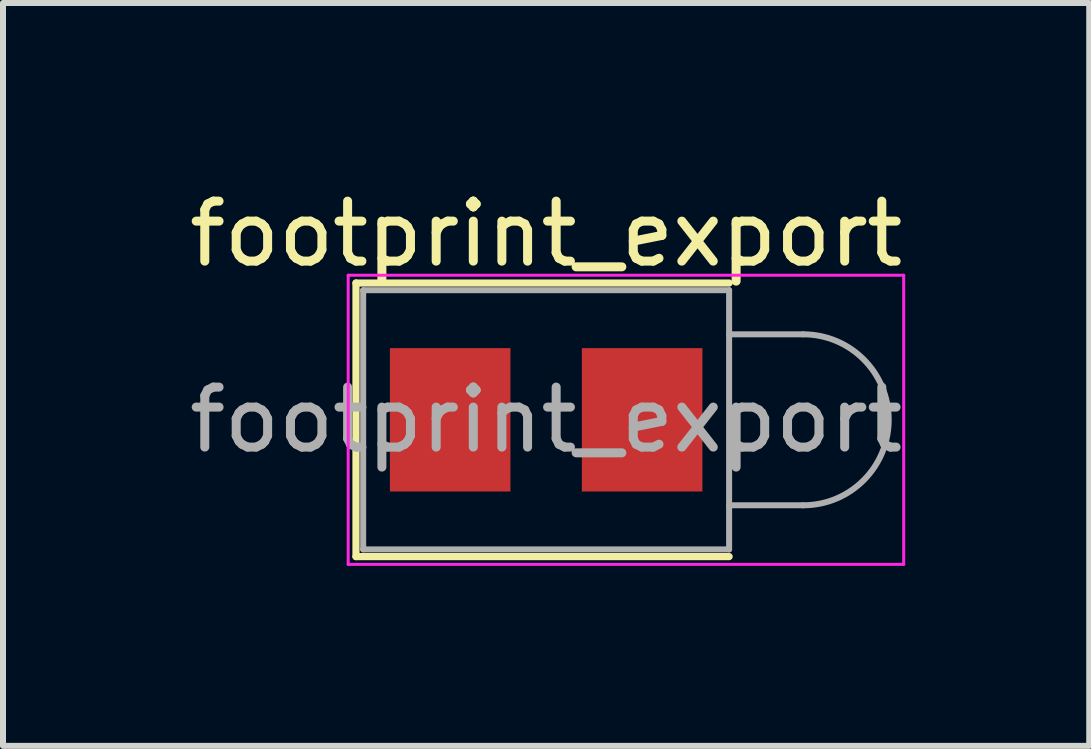
<source format=kicad_pcb>
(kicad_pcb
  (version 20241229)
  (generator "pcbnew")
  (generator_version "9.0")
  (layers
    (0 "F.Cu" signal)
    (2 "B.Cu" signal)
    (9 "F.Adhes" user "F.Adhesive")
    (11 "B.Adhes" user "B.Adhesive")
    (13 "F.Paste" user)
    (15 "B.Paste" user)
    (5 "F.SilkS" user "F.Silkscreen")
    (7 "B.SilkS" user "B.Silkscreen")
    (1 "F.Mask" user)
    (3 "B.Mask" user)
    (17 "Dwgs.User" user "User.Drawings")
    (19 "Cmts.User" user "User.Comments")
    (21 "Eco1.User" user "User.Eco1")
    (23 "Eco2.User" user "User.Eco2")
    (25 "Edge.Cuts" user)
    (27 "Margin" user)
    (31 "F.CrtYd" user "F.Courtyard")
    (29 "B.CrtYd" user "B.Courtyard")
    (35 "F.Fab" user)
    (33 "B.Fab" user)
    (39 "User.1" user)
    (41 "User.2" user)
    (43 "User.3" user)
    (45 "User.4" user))
  (footprint "footprint_export"
    (layer "F.Cu")
    (at 6.054 3.948)
    (property "Reference" "footprint_export" (at 0 -3.1 0) (layer "F.SilkS") (effects (font (size 1 1) (thickness 0.15))))
    (attr smd)
    (fp_line (start -3.17 -2.28) (end -3.17 2.28) (stroke (width 0.12) (type solid)) (layer "F.SilkS"))
    (fp_line (start -3.17 -2.28) (end 3.05 -2.28) (stroke (width 0.12) (type solid)) (layer "F.SilkS"))
    (fp_line (start -3.17 2.28) (end 3.05 2.28) (stroke (width 0.12) (type solid)) (layer "F.SilkS"))
    (fp_line (start -3.3 -2.41) (end 5.96 -2.41) (stroke (width 0.05) (type solid)) (layer "F.CrtYd"))
    (fp_line (start -3.3 2.41) (end -3.3 -2.41) (stroke (width 0.05) (type solid)) (layer "F.CrtYd"))
    (fp_line (start -3.3 2.41) (end 5.96 2.41) (stroke (width 0.05) (type solid)) (layer "F.CrtYd"))
    (fp_line (start 5.96 -2.41) (end 5.96 2.41) (stroke (width 0.05) (type solid)) (layer "F.CrtYd"))
    (fp_line (start -3.05 -2.16) (end -3.05 2.16) (stroke (width 0.1) (type solid)) (layer "F.Fab"))
    (fp_line (start -3.05 -2.16) (end 3.05 -2.16) (stroke (width 0.1) (type solid)) (layer "F.Fab"))
    (fp_line (start -3.05 2.16) (end 3.05 2.16) (stroke (width 0.1) (type solid)) (layer "F.Fab"))
    (fp_line (start 3.05 -2.16) (end 3.05 2.16) (stroke (width 0.1) (type solid)) (layer "F.Fab"))
    (fp_line (start 3.05 -1.425) (end 4.285 -1.425) (stroke (width 0.1) (type solid)) (layer "F.Fab"))
    (fp_line (start 3.05 1.425) (end 4.285 1.425) (stroke (width 0.1) (type solid)) (layer "F.Fab"))
    (fp_arc (start 4.285 -1.425) (mid 5.71 0) (end 4.285 1.425) (stroke (width 0.1) (type solid)) (layer "F.Fab"))
    (fp_text user "${REFERENCE}" (at 0 0 0) (layer "F.Fab") (effects (font (size 1 1) (thickness 0.15))))
    (pad "1" smd rect (at -1.6 0) (size 2.01 2.39) (layers "F.Cu" "F.Mask" "F.Paste"))
    (pad "2" smd rect (at 1.6 0) (size 2.01 2.39) (layers "F.Cu" "F.Mask" "F.Paste")))
  (gr_rect
    (start -3 -3)
    (end 15.107 9.383)
    (stroke (width 0.1) (type default))
    (fill no)
    (layer "Edge.Cuts")))
</source>
